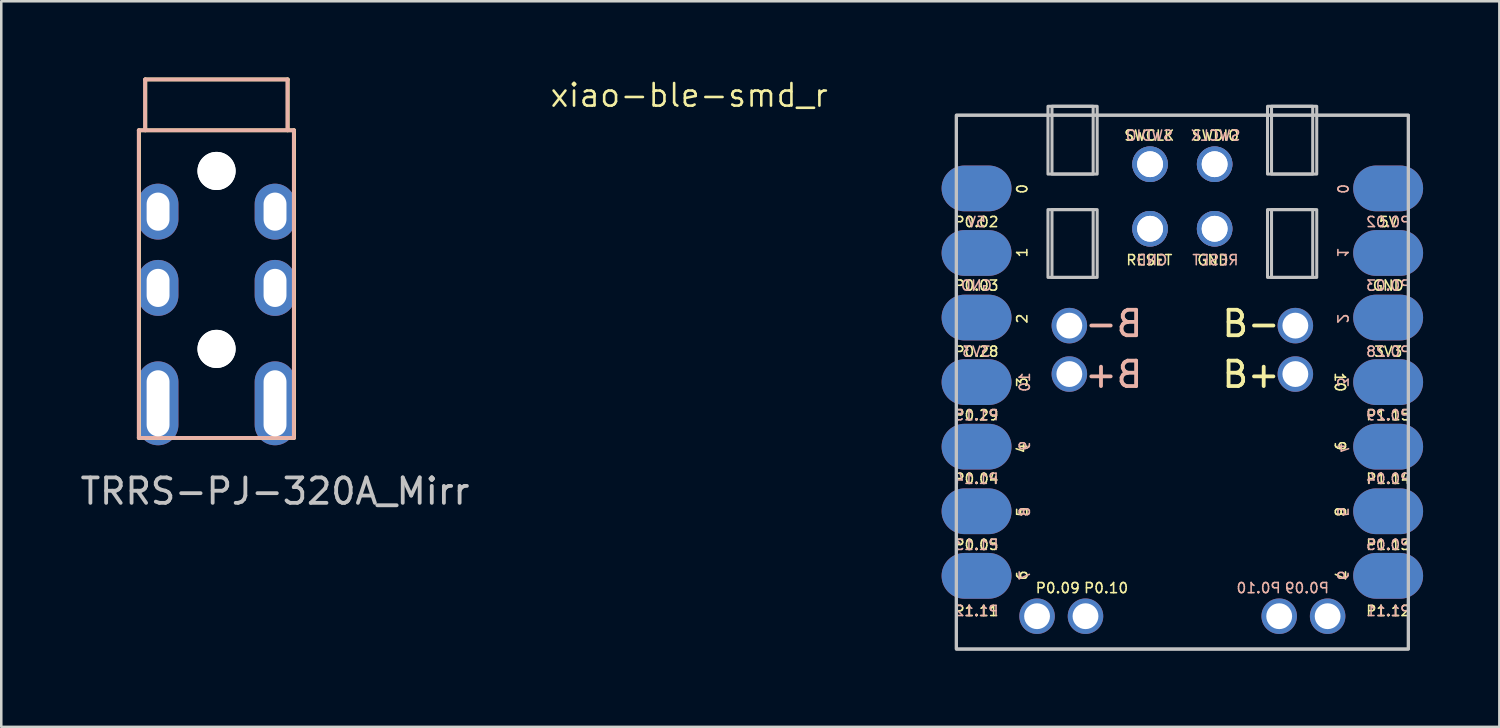
<source format=kicad_pcb>
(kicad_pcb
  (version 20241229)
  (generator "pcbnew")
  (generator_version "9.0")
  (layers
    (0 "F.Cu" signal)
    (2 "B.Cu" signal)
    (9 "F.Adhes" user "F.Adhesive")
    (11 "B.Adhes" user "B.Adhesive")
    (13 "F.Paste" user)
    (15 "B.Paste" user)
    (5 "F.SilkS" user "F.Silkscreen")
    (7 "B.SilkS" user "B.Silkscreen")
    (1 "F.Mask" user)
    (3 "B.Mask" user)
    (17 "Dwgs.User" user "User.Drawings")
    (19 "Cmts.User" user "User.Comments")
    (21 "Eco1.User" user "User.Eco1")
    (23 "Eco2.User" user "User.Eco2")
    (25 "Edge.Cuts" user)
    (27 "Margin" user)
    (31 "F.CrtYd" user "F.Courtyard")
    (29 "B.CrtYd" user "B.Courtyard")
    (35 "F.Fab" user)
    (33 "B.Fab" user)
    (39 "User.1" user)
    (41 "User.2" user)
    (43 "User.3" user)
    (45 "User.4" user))
  (footprint "TRRS-PJ-320A_Mirr"
    (layer "F.Cu")
    (at 7.768 2.075)
    (property "Reference" "TRRS-PJ-320A_Mirr" (at 0 14.2 0) (layer "Dwgs.User") (effects (font (size 1 1) (thickness 0.15))))
    (attr through_hole)
    (fp_line (start -5.35 0) (end -5.35 12.1) (stroke (width 0.15) (type solid)) (layer "F.SilkS"))
    (fp_line (start -5.1 0) (end -5.1 -2) (stroke (width 0.15) (type solid)) (layer "F.SilkS"))
    (fp_line (start 0.5 -2) (end -5.1 -2) (stroke (width 0.15) (type solid)) (layer "F.SilkS"))
    (fp_line (start 0.5 0) (end 0.5 -2) (stroke (width 0.15) (type solid)) (layer "F.SilkS"))
    (fp_line (start 0.75 0) (end -5.35 0) (stroke (width 0.15) (type solid)) (layer "F.SilkS"))
    (fp_line (start 0.75 0) (end 0.75 12.1) (stroke (width 0.15) (type solid)) (layer "F.SilkS"))
    (fp_line (start 0.75 12.1) (end -5.35 12.1) (stroke (width 0.15) (type solid)) (layer "F.SilkS"))
    (fp_line (start -5.36 0) (end -5.36 12.1) (stroke (width 0.15) (type solid)) (layer "B.SilkS"))
    (fp_line (start -5.36 0) (end 0.74 0) (stroke (width 0.15) (type solid)) (layer "B.SilkS"))
    (fp_line (start -5.36 12.1) (end 0.74 12.1) (stroke (width 0.15) (type solid)) (layer "B.SilkS"))
    (fp_line (start -5.11 -2) (end 0.49 -2) (stroke (width 0.15) (type solid)) (layer "B.SilkS"))
    (fp_line (start -5.11 0) (end -5.11 -2) (stroke (width 0.15) (type solid)) (layer "B.SilkS"))
    (fp_line (start 0.49 0) (end 0.49 -2) (stroke (width 0.15) (type solid)) (layer "B.SilkS"))
    (fp_line (start 0.74 0) (end 0.74 12.1) (stroke (width 0.15) (type solid)) (layer "B.SilkS"))
    (pad "" np_thru_hole circle (at -2.3 1.6) (size 1.5 1.5) (drill 1.5) (layers "*.Cu" "*.Mask"))
    (pad "" np_thru_hole circle (at -2.3 1.6) (size 1.5 1.5) (drill 1.5) (layers "*.Cu" "*.Mask"))
    (pad "" np_thru_hole circle (at -2.3 8.6) (size 1.5 1.5) (drill 1.5) (layers "*.Cu" "*.Mask"))
    (pad "" np_thru_hole circle (at -2.3 8.6) (size 1.5 1.5) (drill 1.5) (layers "*.Cu" "*.Mask"))
    (pad "1" thru_hole oval (at -4.6 10.74) (size 1.6 3.3) (drill oval 0.9 2.6) (layers "*.Cu" "*.Mask"))
    (pad "2" thru_hole oval (at 0 10.74) (size 1.6 3.3) (drill oval 0.9 2.6) (layers "*.Cu" "*.Mask"))
    (pad "3" thru_hole oval (at -4.6 6.2) (size 1.6 2.2) (drill oval 0.9 1.5) (layers "*.Cu" "*.Mask"))
    (pad "3" thru_hole oval (at 0 6.2) (size 1.6 2.2) (drill oval 0.9 1.5) (layers "*.Cu" "*.Mask"))
    (pad "4" thru_hole oval (at -4.6 3.2) (size 1.6 2.2) (drill oval 0.9 1.5) (layers "*.Cu" "*.Mask"))
    (pad "4" thru_hole oval (at 0 3.2) (size 1.6 2.2) (drill oval 0.9 1.5) (layers "*.Cu" "*.Mask")))
  (footprint "xiao-ble-smd_r"
    (layer "F.Cu")
    (at 43.459 11.981)
    (property "Reference" "xiao-ble-smd_r" (at -19.399 -11.283 0) (layer "F.SilkS") (effects (font (size 0.889 0.889) (thickness 0.102))))
    (attr smd exclude_from_pos_files)
    (fp_rect (start -8.89 10.5) (end 8.89 -10.5) (stroke (width 0.12) (type solid)) (fill no) (layer "Dwgs.User"))
    (fp_rect (start -5.286 -6.786) (end -3.508 -4.119) (stroke (width 0.12) (type solid)) (fill no) (layer "Dwgs.User"))
    (fp_rect (start -3.508 -8.183) (end -5.286 -10.85) (stroke (width 0.12) (type solid)) (fill no) (layer "Dwgs.User"))
    (fp_rect (start -3.35 -10.85) (end -5.128 -8.183) (stroke (width 0.12) (type solid)) (fill no) (layer "Dwgs.User"))
    (fp_rect (start -3.35 -6.786) (end -5.128 -4.119) (stroke (width 0.12) (type solid)) (fill no) (layer "Dwgs.User"))
    (fp_rect (start 3.35 -10.85) (end 5.128 -8.183) (stroke (width 0.12) (type solid)) (fill no) (layer "Dwgs.User"))
    (fp_rect (start 3.35 -6.786) (end 5.128 -4.119) (stroke (width 0.12) (type solid)) (fill no) (layer "Dwgs.User"))
    (fp_rect (start 3.508 -8.183) (end 5.286 -10.85) (stroke (width 0.12) (type solid)) (fill no) (layer "Dwgs.User"))
    (fp_rect (start 5.286 -6.786) (end 3.508 -4.119) (stroke (width 0.12) (type solid)) (fill no) (layer "Dwgs.User"))
    (fp_rect (start 8.89 10.5) (end -8.89 -10.5) (stroke (width 0.12) (type solid)) (fill no) (layer "Dwgs.User"))
    (fp_text user "P0.28" (at -8.1 -1.2 0) (unlocked yes) (layer "F.SilkS") (effects (font (size 0.4 0.4) (thickness 0.062))))
    (fp_text user "10" (at 6.2 0 270) (unlocked yes) (layer "F.SilkS") (effects (font (size 0.4 0.4) (thickness 0.062))))
    (fp_text user "5V" (at 8.1 -6.3 0) (unlocked yes) (layer "F.SilkS") (effects (font (size 0.4 0.4) (thickness 0.062))))
    (fp_text user "1" (at -6.3 -5.1 90) (unlocked yes) (layer "F.SilkS") (effects (font (size 0.4 0.4) (thickness 0.062))))
    (fp_text user "P0.04" (at -8.1 3.8 0) (unlocked yes) (layer "F.SilkS") (effects (font (size 0.4 0.4) (thickness 0.062))))
    (fp_text user "B+" (at 2.7 -0.3 0) (unlocked yes) (layer "F.SilkS") (effects (font (size 1 1) (thickness 0.15))))
    (fp_text user "2" (at -6.3 -2.5 90) (unlocked yes) (layer "F.SilkS") (effects (font (size 0.4 0.4) (thickness 0.062))))
    (fp_text user "P0.09" (at -4.9 8.1 0) (unlocked yes) (layer "F.SilkS") (effects (font (size 0.4 0.4) (thickness 0.062))))
    (fp_text user "P0.03" (at -8.1 -3.8 0) (unlocked yes) (layer "F.SilkS") (effects (font (size 0.4 0.4) (thickness 0.062))))
    (fp_text user "P0.05" (at -8.1 6.4 0) (unlocked yes) (layer "F.SilkS") (effects (font (size 0.4 0.4) (thickness 0.062))))
    (fp_text user "3" (at -6.3 0 90) (unlocked yes) (layer "F.SilkS") (effects (font (size 0.4 0.4) (thickness 0.062))))
    (fp_text user "P1.13" (at 8.1 6.4 0) (unlocked yes) (layer "F.SilkS") (effects (font (size 0.4 0.4) (thickness 0.062))))
    (fp_text user "4" (at -6.3 2.6 90) (unlocked yes) (layer "F.SilkS") (effects (font (size 0.4 0.4) (thickness 0.062))))
    (fp_text user "8" (at 6.2 5.1 270) (unlocked yes) (layer "F.SilkS") (effects (font (size 0.4 0.4) (thickness 0.062))))
    (fp_text user "P0.29" (at -8.1 1.3 0) (unlocked yes) (layer "F.SilkS") (effects (font (size 0.4 0.4) (thickness 0.062))))
    (fp_text user "P1.14" (at 8.1 3.8 0) (unlocked yes) (layer "F.SilkS") (effects (font (size 0.4 0.4) (thickness 0.062))))
    (fp_text user "6" (at -6.3 7.6 90) (unlocked yes) (layer "F.SilkS") (effects (font (size 0.4 0.4) (thickness 0.062))))
    (fp_text user "P0.02" (at -8.1 -6.3 0) (unlocked yes) (layer "F.SilkS") (effects (font (size 0.4 0.4) (thickness 0.062))))
    (fp_text user "P0.10" (at -3 8.1 0) (unlocked yes) (layer "F.SilkS") (effects (font (size 0.4 0.4) (thickness 0.062))))
    (fp_text user "SWDIO" (at 1.3 -9.7 0) (unlocked yes) (layer "F.SilkS") (effects (font (size 0.4 0.4) (thickness 0.062))))
    (fp_text user "GND" (at 8.1 -3.8 0) (unlocked yes) (layer "F.SilkS") (effects (font (size 0.4 0.4) (thickness 0.062))))
    (fp_text user "P1.15" (at 8.1 1.3 0) (unlocked yes) (layer "F.SilkS") (effects (font (size 0.4 0.4) (thickness 0.062))))
    (fp_text user "P1.12" (at 8.1 9 0) (unlocked yes) (layer "F.SilkS") (effects (font (size 0.4 0.4) (thickness 0.062))))
    (fp_text user "SWCLK" (at -1.3 -9.7 0) (unlocked yes) (layer "F.SilkS") (effects (font (size 0.4 0.4) (thickness 0.062))))
    (fp_text user "GND" (at 1.2 -4.8 0) (unlocked yes) (layer "F.SilkS") (effects (font (size 0.4 0.4) (thickness 0.062))))
    (fp_text user "0" (at -6.3 -7.6 90) (unlocked yes) (layer "F.SilkS") (effects (font (size 0.4 0.4) (thickness 0.062))))
    (fp_text user "P1.11" (at -8.1 9 0) (unlocked yes) (layer "F.SilkS") (effects (font (size 0.4 0.4) (thickness 0.062))))
    (fp_text user "RESET" (at -1.3 -4.8 0) (unlocked yes) (layer "F.SilkS") (effects (font (size 0.4 0.4) (thickness 0.062))))
    (fp_text user "7" (at 6.2 7.6 270) (unlocked yes) (layer "F.SilkS") (effects (font (size 0.4 0.4) (thickness 0.062))))
    (fp_text user "9" (at 6.2 2.5 270) (unlocked yes) (layer "F.SilkS") (effects (font (size 0.4 0.4) (thickness 0.062))))
    (fp_text user "B-" (at 2.7 -2.3 0) (unlocked yes) (layer "F.SilkS") (effects (font (size 1 1) (thickness 0.15))))
    (fp_text user "3V3" (at 8.1 -1.2 0) (unlocked yes) (layer "F.SilkS") (effects (font (size 0.4 0.4) (thickness 0.062))))
    (fp_text user "5" (at -6.3 5.1 90) (unlocked yes) (layer "F.SilkS") (effects (font (size 0.4 0.4) (thickness 0.062))))
    (fp_text user "B+" (at -2.7 -0.3 0) (unlocked yes) (layer "B.SilkS") (effects (font (size 1 1) (thickness 0.15)) (justify mirror)))
    (fp_text user "10" (at -6.2 0 90) (unlocked yes) (layer "B.SilkS") (effects (font (size 0.4 0.4) (thickness 0.062)) (justify mirror)))
    (fp_text user "1" (at 6.3 -5.1 270) (unlocked yes) (layer "B.SilkS") (effects (font (size 0.4 0.4) (thickness 0.062)) (justify mirror)))
    (fp_text user "SWDIO" (at -1.3 -9.7 0) (unlocked yes) (layer "B.SilkS") (effects (font (size 0.4 0.4) (thickness 0.062)) (justify mirror)))
    (fp_text user "P1.11" (at 8.1 9 0) (unlocked yes) (layer "B.SilkS") (effects (font (size 0.4 0.4) (thickness 0.062)) (justify mirror)))
    (fp_text user "P0.04" (at 8.1 3.8 0) (unlocked yes) (layer "B.SilkS") (effects (font (size 0.4 0.4) (thickness 0.062)) (justify mirror)))
    (fp_text user "5" (at 6.3 5.1 270) (unlocked yes) (layer "B.SilkS") (effects (font (size 0.4 0.4) (thickness 0.062)) (justify mirror)))
    (fp_text user "P0.05" (at 8.1 6.4 0) (unlocked yes) (layer "B.SilkS") (effects (font (size 0.4 0.4) (thickness 0.062)) (justify mirror)))
    (fp_text user "5V" (at -8.1 -6.3 0) (unlocked yes) (layer "B.SilkS") (effects (font (size 0.4 0.4) (thickness 0.062)) (justify mirror)))
    (fp_text user "P0.29" (at 8.1 1.3 0) (unlocked yes) (layer "B.SilkS") (effects (font (size 0.4 0.4) (thickness 0.062)) (justify mirror)))
    (fp_text user "P1.13" (at -8.1 6.4 0) (unlocked yes) (layer "B.SilkS") (effects (font (size 0.4 0.4) (thickness 0.062)) (justify mirror)))
    (fp_text user "SWCLK" (at 1.3 -9.7 0) (unlocked yes) (layer "B.SilkS") (effects (font (size 0.4 0.4) (thickness 0.062)) (justify mirror)))
    (fp_text user "0" (at 6.3 -7.6 270) (unlocked yes) (layer "B.SilkS") (effects (font (size 0.4 0.4) (thickness 0.062)) (justify mirror)))
    (fp_text user "P0.03" (at 8.1 -3.8 0) (unlocked yes) (layer "B.SilkS") (effects (font (size 0.4 0.4) (thickness 0.062)) (justify mirror)))
    (fp_text user "P1.12" (at -8.1 9 0) (unlocked yes) (layer "B.SilkS") (effects (font (size 0.4 0.4) (thickness 0.062)) (justify mirror)))
    (fp_text user "RESET" (at 1.3 -4.8 0) (unlocked yes) (layer "B.SilkS") (effects (font (size 0.4 0.4) (thickness 0.062)) (justify mirror)))
    (fp_text user "P0.10" (at 3 8.1 0) (unlocked yes) (layer "B.SilkS") (effects (font (size 0.4 0.4) (thickness 0.062)) (justify mirror)))
    (fp_text user "GND" (at -8.1 -3.8 0) (unlocked yes) (layer "B.SilkS") (effects (font (size 0.4 0.4) (thickness 0.062)) (justify mirror)))
    (fp_text user "6" (at 6.3 7.6 270) (unlocked yes) (layer "B.SilkS") (effects (font (size 0.4 0.4) (thickness 0.062)) (justify mirror)))
    (fp_text user "4" (at 6.3 2.6 270) (unlocked yes) (layer "B.SilkS") (effects (font (size 0.4 0.4) (thickness 0.062)) (justify mirror)))
    (fp_text user "3V3" (at -8.1 -1.2 0) (unlocked yes) (layer "B.SilkS") (effects (font (size 0.4 0.4) (thickness 0.062)) (justify mirror)))
    (fp_text user "P1.15" (at -8.1 1.3 0) (unlocked yes) (layer "B.SilkS") (effects (font (size 0.4 0.4) (thickness 0.062)) (justify mirror)))
    (fp_text user "3" (at 6.3 0 270) (unlocked yes) (layer "B.SilkS") (effects (font (size 0.4 0.4) (thickness 0.062)) (justify mirror)))
    (fp_text user "P0.09" (at 4.9 8.1 0) (unlocked yes) (layer "B.SilkS") (effects (font (size 0.4 0.4) (thickness 0.062)) (justify mirror)))
    (fp_text user "7" (at -6.2 7.6 90) (unlocked yes) (layer "B.SilkS") (effects (font (size 0.4 0.4) (thickness 0.062)) (justify mirror)))
    (fp_text user "9" (at -6.2 2.5 90) (unlocked yes) (layer "B.SilkS") (effects (font (size 0.4 0.4) (thickness 0.062)) (justify mirror)))
    (fp_text user "8" (at -6.2 5.1 90) (unlocked yes) (layer "B.SilkS") (effects (font (size 0.4 0.4) (thickness 0.062)) (justify mirror)))
    (fp_text user "P0.02" (at 8.1 -6.3 0) (unlocked yes) (layer "B.SilkS") (effects (font (size 0.4 0.4) (thickness 0.062)) (justify mirror)))
    (fp_text user "2" (at 6.3 -2.5 270) (unlocked yes) (layer "B.SilkS") (effects (font (size 0.4 0.4) (thickness 0.062)) (justify mirror)))
    (fp_text user "P1.14" (at -8.1 3.8 0) (unlocked yes) (layer "B.SilkS") (effects (font (size 0.4 0.4) (thickness 0.062)) (justify mirror)))
    (fp_text user "GND" (at -1.2 -4.8 0) (unlocked yes) (layer "B.SilkS") (effects (font (size 0.4 0.4) (thickness 0.062)) (justify mirror)))
    (fp_text user "B-" (at -2.7 -2.3 0) (unlocked yes) (layer "B.SilkS") (effects (font (size 1 1) (thickness 0.15)) (justify mirror)))
    (fp_text user "P0.28" (at 8.1 -1.2 0) (unlocked yes) (layer "B.SilkS") (effects (font (size 0.4 0.4) (thickness 0.062)) (justify mirror)))
    (pad "1" smd oval (at -8.57 -7.62 180) (size 2.75 1.8) (drill (offset -0.475 0)) (layers "F.Cu" "F.Mask" "F.Paste"))
    (pad "1" smd oval (at 8.57 -7.62 180) (size 2.75 1.8) (drill (offset 0.475 0)) (layers "B.Cu" "B.Mask" "B.Paste"))
    (pad "2" smd oval (at -8.57 -5.08 180) (size 2.75 1.8) (drill (offset -0.475 0)) (layers "F.Cu" "F.Mask" "F.Paste"))
    (pad "2" smd oval (at 8.57 -5.08 180) (size 2.75 1.8) (drill (offset 0.475 0)) (layers "B.Cu" "B.Mask" "B.Paste"))
    (pad "3" smd oval (at -8.57 -2.54 180) (size 2.75 1.8) (drill (offset -0.475 0)) (layers "F.Cu" "F.Mask" "F.Paste"))
    (pad "3" smd oval (at 8.57 -2.54 180) (size 2.75 1.8) (drill (offset 0.475 0)) (layers "B.Cu" "B.Mask" "B.Paste"))
    (pad "4" smd oval (at -8.57 0 180) (size 2.75 1.8) (drill (offset -0.475 0)) (layers "F.Cu" "F.Mask" "F.Paste"))
    (pad "4" smd oval (at 8.57 0 180) (size 2.75 1.8) (drill (offset 0.475 0)) (layers "B.Cu" "B.Mask" "B.Paste"))
    (pad "5" smd oval (at -8.57 2.54 180) (size 2.75 1.8) (drill (offset -0.475 0)) (layers "F.Cu" "F.Mask" "F.Paste"))
    (pad "5" smd oval (at 8.57 2.54 180) (size 2.75 1.8) (drill (offset 0.475 0)) (layers "B.Cu" "B.Mask" "B.Paste"))
    (pad "6" smd oval (at -8.57 5.08 180) (size 2.75 1.8) (drill (offset -0.475 0)) (layers "F.Cu" "F.Mask" "F.Paste"))
    (pad "6" smd oval (at 8.57 5.08 180) (size 2.75 1.8) (drill (offset 0.475 0)) (layers "B.Cu" "B.Mask" "B.Paste"))
    (pad "7" smd oval (at -8.57 7.62 180) (size 2.75 1.8) (drill (offset -0.475 0)) (layers "F.Cu" "F.Mask" "F.Paste"))
    (pad "7" smd oval (at 8.57 7.62 180) (size 2.75 1.8) (drill (offset 0.475 0)) (layers "B.Cu" "B.Mask" "B.Paste"))
    (pad "8" smd oval (at -8.57 7.62) (size 2.75 1.8) (drill (offset 0.475 0)) (layers "B.Cu" "B.Mask" "B.Paste"))
    (pad "8" smd oval (at 8.57 7.62) (size 2.75 1.8) (drill (offset -0.475 0)) (layers "F.Cu" "F.Mask" "F.Paste"))
    (pad "9" smd oval (at -8.57 5.08) (size 2.75 1.8) (drill (offset 0.475 0)) (layers "B.Cu" "B.Mask" "B.Paste"))
    (pad "9" smd oval (at 8.57 5.08) (size 2.75 1.8) (drill (offset -0.475 0)) (layers "F.Cu" "F.Mask" "F.Paste"))
    (pad "10" smd oval (at -8.57 2.54) (size 2.75 1.8) (drill (offset 0.475 0)) (layers "B.Cu" "B.Mask" "B.Paste"))
    (pad "10" smd oval (at 8.57 2.54) (size 2.75 1.8) (drill (offset -0.475 0)) (layers "F.Cu" "F.Mask" "F.Paste"))
    (pad "11" smd oval (at -8.57 0) (size 2.75 1.8) (drill (offset 0.475 0)) (layers "B.Cu" "B.Mask" "B.Paste"))
    (pad "11" smd oval (at 8.57 0) (size 2.75 1.8) (drill (offset -0.475 0)) (layers "F.Cu" "F.Mask" "F.Paste"))
    (pad "12" smd oval (at -8.57 -2.54) (size 2.75 1.8) (drill (offset 0.475 0)) (layers "B.Cu" "B.Mask" "B.Paste"))
    (pad "12" smd oval (at 8.57 -2.54) (size 2.75 1.8) (drill (offset -0.475 0)) (layers "F.Cu" "F.Mask" "F.Paste"))
    (pad "13" smd oval (at -8.57 -5.08) (size 2.75 1.8) (drill (offset 0.475 0)) (layers "B.Cu" "B.Mask" "B.Paste"))
    (pad "13" smd oval (at 8.57 -5.08) (size 2.75 1.8) (drill (offset -0.475 0)) (layers "F.Cu" "F.Mask" "F.Paste"))
    (pad "14" smd oval (at -8.57 -7.62) (size 2.75 1.8) (drill (offset 0.475 0)) (layers "B.Cu" "B.Mask" "B.Paste"))
    (pad "14" smd oval (at 8.57 -7.62) (size 2.75 1.8) (drill (offset -0.475 0)) (layers "F.Cu" "F.Mask" "F.Paste"))
    (pad "15" thru_hole circle (at -1.27 -8.572 90) (size 1.397 1.397) (drill 1.016) (layers "*.Cu" "*.Mask"))
    (pad "15" thru_hole circle (at 1.27 -8.572 270) (size 1.397 1.397) (drill 1.016) (layers "*.Cu" "*.Mask"))
    (pad "16" thru_hole circle (at -1.27 -8.572 270) (size 1.397 1.397) (drill 1.016) (layers "*.Cu" "*.Mask"))
    (pad "16" thru_hole circle (at 1.27 -8.572 90) (size 1.397 1.397) (drill 1.016) (layers "*.Cu" "*.Mask"))
    (pad "17" thru_hole circle (at -1.27 -6.032 90) (size 1.397 1.397) (drill 1.016) (layers "*.Cu" "*.Mask"))
    (pad "17" thru_hole circle (at 1.27 -6.032 270) (size 1.397 1.397) (drill 1.016) (layers "*.Cu" "*.Mask"))
    (pad "18" thru_hole circle (at -1.27 -6.032 270) (size 1.397 1.397) (drill 1.016) (layers "*.Cu" "*.Mask"))
    (pad "18" thru_hole circle (at 1.27 -6.032 90) (size 1.397 1.397) (drill 1.016) (layers "*.Cu" "*.Mask"))
    (pad "19" thru_hole circle (at -4.445 -0.317 180) (size 1.397 1.397) (drill 1.016) (layers "*.Cu" "*.Mask"))
    (pad "19" thru_hole circle (at 4.445 -0.317 180) (size 1.397 1.397) (drill 1.016) (layers "*.Cu" "*.Mask"))
    (pad "20" thru_hole circle (at -4.445 -2.222 180) (size 1.397 1.397) (drill 1.016) (layers "*.Cu" "*.Mask"))
    (pad "20" thru_hole circle (at 4.445 -2.222 180) (size 1.397 1.397) (drill 1.016) (layers "*.Cu" "*.Mask"))
    (pad "21" thru_hole circle (at -3.81 9.208 180) (size 1.397 1.397) (drill 1.016) (layers "*.Cu" "*.Mask"))
    (pad "21" thru_hole circle (at 3.81 9.208 180) (size 1.397 1.397) (drill 1.016) (layers "*.Cu" "*.Mask"))
    (pad "22" thru_hole circle (at -5.715 9.208 180) (size 1.397 1.397) (drill 1.016) (layers "*.Cu" "*.Mask"))
    (pad "22" thru_hole circle (at 5.715 9.208 180) (size 1.397 1.397) (drill 1.016) (layers "*.Cu" "*.Mask")))
  (gr_rect
    (start -3 -3)
    (end 55.929 25.541)
    (stroke (width 0.1) (type default))
    (fill no)
    (layer "Edge.Cuts")))
</source>
